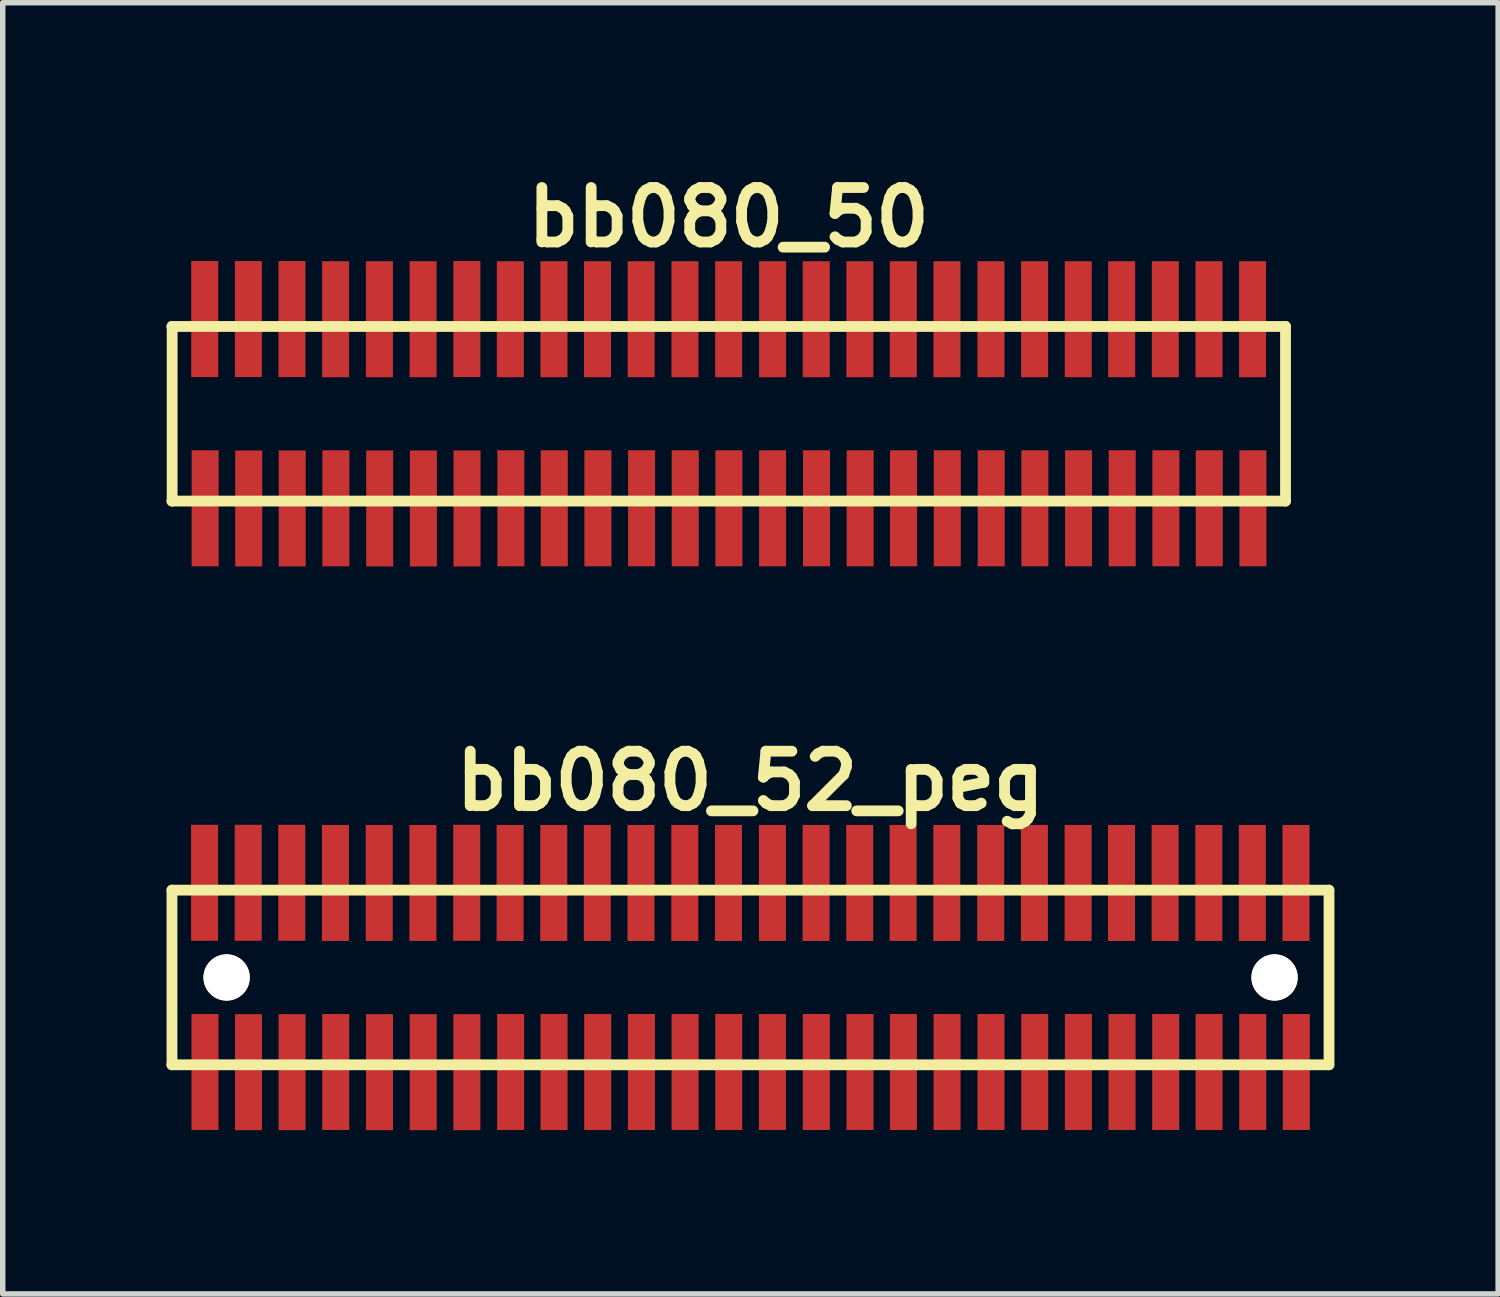
<source format=kicad_pcb>
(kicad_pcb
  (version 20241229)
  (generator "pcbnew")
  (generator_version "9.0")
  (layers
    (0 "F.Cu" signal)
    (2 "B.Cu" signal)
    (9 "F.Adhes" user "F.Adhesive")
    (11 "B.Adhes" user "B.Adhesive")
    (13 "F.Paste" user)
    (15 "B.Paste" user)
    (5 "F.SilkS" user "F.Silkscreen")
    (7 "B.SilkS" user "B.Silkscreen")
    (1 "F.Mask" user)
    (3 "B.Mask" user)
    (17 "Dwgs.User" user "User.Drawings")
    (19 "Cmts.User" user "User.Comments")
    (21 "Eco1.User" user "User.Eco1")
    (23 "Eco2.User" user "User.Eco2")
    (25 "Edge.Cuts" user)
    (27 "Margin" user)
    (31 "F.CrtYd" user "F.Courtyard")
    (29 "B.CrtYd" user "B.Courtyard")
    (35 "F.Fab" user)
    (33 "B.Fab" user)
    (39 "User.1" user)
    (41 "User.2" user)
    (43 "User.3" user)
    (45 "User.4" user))
  (footprint "bb080_52_peg"
    (layer "F.Cu")
    (at 10.698 14.859)
    (property "Reference" "bb080_52_peg" (at 0 -3.599 0) (layer "F.SilkS") (effects (font (size 0.998 0.998) (thickness 0.198))))
    (attr smd)
    (fp_line (start -10.599 1.6) (end 10.599 1.6) (stroke (width 0.198) (type solid)) (layer "F.SilkS"))
    (fp_line (start -10.597 -1.6) (end -10.597 1.6) (stroke (width 0.198) (type solid)) (layer "F.SilkS"))
    (fp_line (start 10.599 -1.6) (end -10.599 -1.6) (stroke (width 0.198) (type solid)) (layer "F.SilkS"))
    (fp_line (start 10.602 1.6) (end 10.602 -1.6) (stroke (width 0.198) (type solid)) (layer "F.SilkS"))
    (pad "" np_thru_hole circle (at -9.596 0) (size 0.848 0.848) (drill 0.848) (layers "*.Cu" "*.Mask" "F.SilkS"))
    (pad "" np_thru_hole circle (at 9.604 0) (size 0.848 0.848) (drill 0.848) (layers "*.Cu" "*.Mask" "F.SilkS"))
    (pad "1" smd rect (at -9.992 1.732) (size 0.495 2.126) (layers "F.Cu" "F.Mask" "F.Paste"))
    (pad "2" smd rect (at -10 -1.735) (size 0.495 2.126) (layers "F.Cu" "F.Mask" "F.Paste"))
    (pad "3" smd rect (at -9.195 1.735) (size 0.495 2.126) (layers "F.Cu" "F.Mask" "F.Paste"))
    (pad "4" smd rect (at -9.2 -1.735) (size 0.495 2.126) (layers "F.Cu" "F.Mask" "F.Paste"))
    (pad "5" smd rect (at -8.397 1.735) (size 0.495 2.126) (layers "F.Cu" "F.Mask" "F.Paste"))
    (pad "6" smd rect (at -8.402 -1.735) (size 0.495 2.126) (layers "F.Cu" "F.Mask" "F.Paste"))
    (pad "7" smd rect (at -7.597 1.732) (size 0.495 2.126) (layers "F.Cu" "F.Mask" "F.Paste"))
    (pad "8" smd rect (at -7.602 -1.732) (size 0.495 2.126) (layers "F.Cu" "F.Mask" "F.Paste"))
    (pad "9" smd rect (at -6.795 1.735) (size 0.495 2.126) (layers "F.Cu" "F.Mask" "F.Paste"))
    (pad "10" smd rect (at -6.8 -1.732) (size 0.495 2.126) (layers "F.Cu" "F.Mask" "F.Paste"))
    (pad "11" smd rect (at -5.994 1.735) (size 0.495 2.126) (layers "F.Cu" "F.Mask" "F.Paste"))
    (pad "12" smd rect (at -5.999 -1.732) (size 0.495 2.126) (layers "F.Cu" "F.Mask" "F.Paste"))
    (pad "13" smd rect (at -5.194 1.735) (size 0.495 2.126) (layers "F.Cu" "F.Mask" "F.Paste"))
    (pad "14" smd rect (at -5.197 -1.735) (size 0.495 2.126) (layers "F.Cu" "F.Mask" "F.Paste"))
    (pad "15" smd rect (at -4.392 1.732) (size 0.495 2.126) (layers "F.Cu" "F.Mask" "F.Paste"))
    (pad "16" smd rect (at -4.402 -1.732) (size 0.495 2.126) (layers "F.Cu" "F.Mask" "F.Paste"))
    (pad "17" smd rect (at -3.597 1.732) (size 0.495 2.126) (layers "F.Cu" "F.Mask" "F.Paste"))
    (pad "18" smd rect (at -3.602 -1.732) (size 0.495 2.126) (layers "F.Cu" "F.Mask" "F.Paste"))
    (pad "19" smd rect (at -2.797 1.732) (size 0.495 2.126) (layers "F.Cu" "F.Mask" "F.Paste"))
    (pad "20" smd rect (at -2.804 -1.732) (size 0.495 2.126) (layers "F.Cu" "F.Mask" "F.Paste"))
    (pad "21" smd rect (at -1.996 1.732) (size 0.495 2.126) (layers "F.Cu" "F.Mask" "F.Paste"))
    (pad "22" smd rect (at -2.004 -1.732) (size 0.495 2.126) (layers "F.Cu" "F.Mask" "F.Paste"))
    (pad "23" smd rect (at -1.196 1.732) (size 0.495 2.126) (layers "F.Cu" "F.Mask" "F.Paste"))
    (pad "24" smd rect (at -1.201 -1.732) (size 0.495 2.126) (layers "F.Cu" "F.Mask" "F.Paste"))
    (pad "25" smd rect (at -0.396 1.732) (size 0.495 2.126) (layers "F.Cu" "F.Mask" "F.Paste"))
    (pad "26" smd rect (at -0.401 -1.732) (size 0.495 2.126) (layers "F.Cu" "F.Mask" "F.Paste"))
    (pad "27" smd rect (at 0.404 1.732) (size 0.495 2.126) (layers "F.Cu" "F.Mask" "F.Paste"))
    (pad "28" smd rect (at 0.404 -1.732) (size 0.495 2.126) (layers "F.Cu" "F.Mask" "F.Paste"))
    (pad "29" smd rect (at 1.209 1.732) (size 0.495 2.126) (layers "F.Cu" "F.Mask" "F.Paste"))
    (pad "30" smd rect (at 1.204 -1.732) (size 0.495 2.126) (layers "F.Cu" "F.Mask" "F.Paste"))
    (pad "31" smd rect (at 2.009 1.732) (size 0.495 2.126) (layers "F.Cu" "F.Mask" "F.Paste"))
    (pad "32" smd rect (at 2.004 -1.732) (size 0.495 2.126) (layers "F.Cu" "F.Mask" "F.Paste"))
    (pad "33" smd rect (at 2.804 1.732) (size 0.495 2.126) (layers "F.Cu" "F.Mask" "F.Paste"))
    (pad "34" smd rect (at 2.799 -1.732) (size 0.495 2.126) (layers "F.Cu" "F.Mask" "F.Paste"))
    (pad "35" smd rect (at 3.604 1.732) (size 0.495 2.126) (layers "F.Cu" "F.Mask" "F.Paste"))
    (pad "36" smd rect (at 3.599 -1.732) (size 0.495 2.126) (layers "F.Cu" "F.Mask" "F.Paste"))
    (pad "37" smd rect (at 4.409 1.732) (size 0.495 2.126) (layers "F.Cu" "F.Mask" "F.Paste"))
    (pad "38" smd rect (at 4.404 -1.732) (size 0.495 2.126) (layers "F.Cu" "F.Mask" "F.Paste"))
    (pad "39" smd rect (at 5.21 1.732) (size 0.495 2.126) (layers "F.Cu" "F.Mask" "F.Paste"))
    (pad "40" smd rect (at 5.204 -1.732) (size 0.495 2.126) (layers "F.Cu" "F.Mask" "F.Paste"))
    (pad "41" smd rect (at 6.01 1.732) (size 0.495 2.126) (layers "F.Cu" "F.Mask" "F.Paste"))
    (pad "42" smd rect (at 6.005 -1.732) (size 0.495 2.126) (layers "F.Cu" "F.Mask" "F.Paste"))
    (pad "43" smd rect (at 6.81 1.732) (size 0.495 2.126) (layers "F.Cu" "F.Mask" "F.Paste"))
    (pad "44" smd rect (at 6.8 -1.732) (size 0.495 2.126) (layers "F.Cu" "F.Mask" "F.Paste"))
    (pad "45" smd rect (at 7.61 1.732) (size 0.495 2.126) (layers "F.Cu" "F.Mask" "F.Paste"))
    (pad "46" smd rect (at 7.6 -1.732) (size 0.495 2.126) (layers "F.Cu" "F.Mask" "F.Paste"))
    (pad "47" smd rect (at 8.405 1.732) (size 0.495 2.126) (layers "F.Cu" "F.Mask" "F.Paste"))
    (pad "48" smd rect (at 8.4 -1.732) (size 0.495 2.126) (layers "F.Cu" "F.Mask" "F.Paste"))
    (pad "49" smd rect (at 9.205 1.732) (size 0.495 2.126) (layers "F.Cu" "F.Mask" "F.Paste"))
    (pad "50" smd rect (at 9.197 -1.732) (size 0.495 2.126) (layers "F.Cu" "F.Mask" "F.Paste"))
    (pad "51" smd rect (at 10.003 1.732) (size 0.495 2.126) (layers "F.Cu" "F.Mask" "F.Paste"))
    (pad "52" smd rect (at 9.997 -1.732) (size 0.495 2.126) (layers "F.Cu" "F.Mask" "F.Paste")))
  (footprint "bb080_50"
    (layer "F.Cu")
    (at 10.3 4.531)
    (property "Reference" "bb080_50" (at 0 -3.599 0) (layer "F.SilkS") (effects (font (size 0.998 0.998) (thickness 0.198))))
    (attr smd)
    (fp_line (start -10.201 1.6) (end 10.201 1.6) (stroke (width 0.198) (type solid)) (layer "F.SilkS"))
    (fp_line (start -10.196 -1.6) (end -10.196 1.6) (stroke (width 0.198) (type solid)) (layer "F.SilkS"))
    (fp_line (start 10.201 -1.6) (end -10.201 -1.6) (stroke (width 0.198) (type solid)) (layer "F.SilkS"))
    (fp_line (start 10.203 1.6) (end 10.203 -1.6) (stroke (width 0.198) (type solid)) (layer "F.SilkS"))
    (pad "1" smd rect (at -9.591 1.732) (size 0.495 2.126) (layers "F.Cu" "F.Mask" "F.Paste"))
    (pad "2" smd rect (at -9.599 -1.735) (size 0.495 2.126) (layers "F.Cu" "F.Mask" "F.Paste"))
    (pad "3" smd rect (at -8.793 1.735) (size 0.495 2.126) (layers "F.Cu" "F.Mask" "F.Paste"))
    (pad "4" smd rect (at -8.799 -1.735) (size 0.495 2.126) (layers "F.Cu" "F.Mask" "F.Paste"))
    (pad "5" smd rect (at -7.996 1.735) (size 0.495 2.126) (layers "F.Cu" "F.Mask" "F.Paste"))
    (pad "6" smd rect (at -8.001 -1.735) (size 0.495 2.126) (layers "F.Cu" "F.Mask" "F.Paste"))
    (pad "7" smd rect (at -7.196 1.732) (size 0.495 2.126) (layers "F.Cu" "F.Mask" "F.Paste"))
    (pad "8" smd rect (at -7.201 -1.732) (size 0.495 2.126) (layers "F.Cu" "F.Mask" "F.Paste"))
    (pad "9" smd rect (at -6.393 1.735) (size 0.495 2.126) (layers "F.Cu" "F.Mask" "F.Paste"))
    (pad "10" smd rect (at -6.398 -1.732) (size 0.495 2.126) (layers "F.Cu" "F.Mask" "F.Paste"))
    (pad "11" smd rect (at -5.593 1.735) (size 0.495 2.126) (layers "F.Cu" "F.Mask" "F.Paste"))
    (pad "12" smd rect (at -5.598 -1.732) (size 0.495 2.126) (layers "F.Cu" "F.Mask" "F.Paste"))
    (pad "13" smd rect (at -4.793 1.735) (size 0.495 2.126) (layers "F.Cu" "F.Mask" "F.Paste"))
    (pad "14" smd rect (at -4.796 -1.735) (size 0.495 2.126) (layers "F.Cu" "F.Mask" "F.Paste"))
    (pad "15" smd rect (at -3.99 1.732) (size 0.495 2.126) (layers "F.Cu" "F.Mask" "F.Paste"))
    (pad "16" smd rect (at -4 -1.732) (size 0.495 2.126) (layers "F.Cu" "F.Mask" "F.Paste"))
    (pad "17" smd rect (at -3.195 1.732) (size 0.495 2.126) (layers "F.Cu" "F.Mask" "F.Paste"))
    (pad "18" smd rect (at -3.2 -1.732) (size 0.495 2.126) (layers "F.Cu" "F.Mask" "F.Paste"))
    (pad "19" smd rect (at -2.395 1.732) (size 0.495 2.126) (layers "F.Cu" "F.Mask" "F.Paste"))
    (pad "20" smd rect (at -2.403 -1.732) (size 0.495 2.126) (layers "F.Cu" "F.Mask" "F.Paste"))
    (pad "21" smd rect (at -1.595 1.732) (size 0.495 2.126) (layers "F.Cu" "F.Mask" "F.Paste"))
    (pad "22" smd rect (at -1.603 -1.732) (size 0.495 2.126) (layers "F.Cu" "F.Mask" "F.Paste"))
    (pad "23" smd rect (at -0.795 1.732) (size 0.495 2.126) (layers "F.Cu" "F.Mask" "F.Paste"))
    (pad "24" smd rect (at -0.8 -1.732) (size 0.495 2.126) (layers "F.Cu" "F.Mask" "F.Paste"))
    (pad "25" smd rect (at 0.005 1.732) (size 0.495 2.126) (layers "F.Cu" "F.Mask" "F.Paste"))
    (pad "26" smd rect (at 0 -1.732) (size 0.495 2.126) (layers "F.Cu" "F.Mask" "F.Paste"))
    (pad "27" smd rect (at 0.805 1.732) (size 0.495 2.126) (layers "F.Cu" "F.Mask" "F.Paste"))
    (pad "28" smd rect (at 0.805 -1.732) (size 0.495 2.126) (layers "F.Cu" "F.Mask" "F.Paste"))
    (pad "29" smd rect (at 1.61 1.732) (size 0.495 2.126) (layers "F.Cu" "F.Mask" "F.Paste"))
    (pad "30" smd rect (at 1.605 -1.732) (size 0.495 2.126) (layers "F.Cu" "F.Mask" "F.Paste"))
    (pad "31" smd rect (at 2.41 1.732) (size 0.495 2.126) (layers "F.Cu" "F.Mask" "F.Paste"))
    (pad "32" smd rect (at 2.405 -1.732) (size 0.495 2.126) (layers "F.Cu" "F.Mask" "F.Paste"))
    (pad "33" smd rect (at 3.205 1.732) (size 0.495 2.126) (layers "F.Cu" "F.Mask" "F.Paste"))
    (pad "34" smd rect (at 3.2 -1.732) (size 0.495 2.126) (layers "F.Cu" "F.Mask" "F.Paste"))
    (pad "35" smd rect (at 4.006 1.732) (size 0.495 2.126) (layers "F.Cu" "F.Mask" "F.Paste"))
    (pad "36" smd rect (at 4 -1.732) (size 0.495 2.126) (layers "F.Cu" "F.Mask" "F.Paste"))
    (pad "37" smd rect (at 4.811 1.732) (size 0.495 2.126) (layers "F.Cu" "F.Mask" "F.Paste"))
    (pad "38" smd rect (at 4.806 -1.732) (size 0.495 2.126) (layers "F.Cu" "F.Mask" "F.Paste"))
    (pad "39" smd rect (at 5.611 1.732) (size 0.495 2.126) (layers "F.Cu" "F.Mask" "F.Paste"))
    (pad "40" smd rect (at 5.606 -1.732) (size 0.495 2.126) (layers "F.Cu" "F.Mask" "F.Paste"))
    (pad "41" smd rect (at 6.411 1.732) (size 0.495 2.126) (layers "F.Cu" "F.Mask" "F.Paste"))
    (pad "42" smd rect (at 6.406 -1.732) (size 0.495 2.126) (layers "F.Cu" "F.Mask" "F.Paste"))
    (pad "43" smd rect (at 7.211 1.732) (size 0.495 2.126) (layers "F.Cu" "F.Mask" "F.Paste"))
    (pad "44" smd rect (at 7.201 -1.732) (size 0.495 2.126) (layers "F.Cu" "F.Mask" "F.Paste"))
    (pad "45" smd rect (at 8.011 1.732) (size 0.495 2.126) (layers "F.Cu" "F.Mask" "F.Paste"))
    (pad "46" smd rect (at 8.001 -1.732) (size 0.495 2.126) (layers "F.Cu" "F.Mask" "F.Paste"))
    (pad "47" smd rect (at 8.806 1.732) (size 0.495 2.126) (layers "F.Cu" "F.Mask" "F.Paste"))
    (pad "48" smd rect (at 8.801 -1.732) (size 0.495 2.126) (layers "F.Cu" "F.Mask" "F.Paste"))
    (pad "49" smd rect (at 9.606 1.732) (size 0.495 2.126) (layers "F.Cu" "F.Mask" "F.Paste"))
    (pad "50" smd rect (at 9.599 -1.732) (size 0.495 2.126) (layers "F.Cu" "F.Mask" "F.Paste")))
  (gr_rect
    (start -3 -3)
    (end 24.399 20.657)
    (stroke (width 0.1) (type default))
    (fill no)
    (layer "Edge.Cuts")))
</source>
